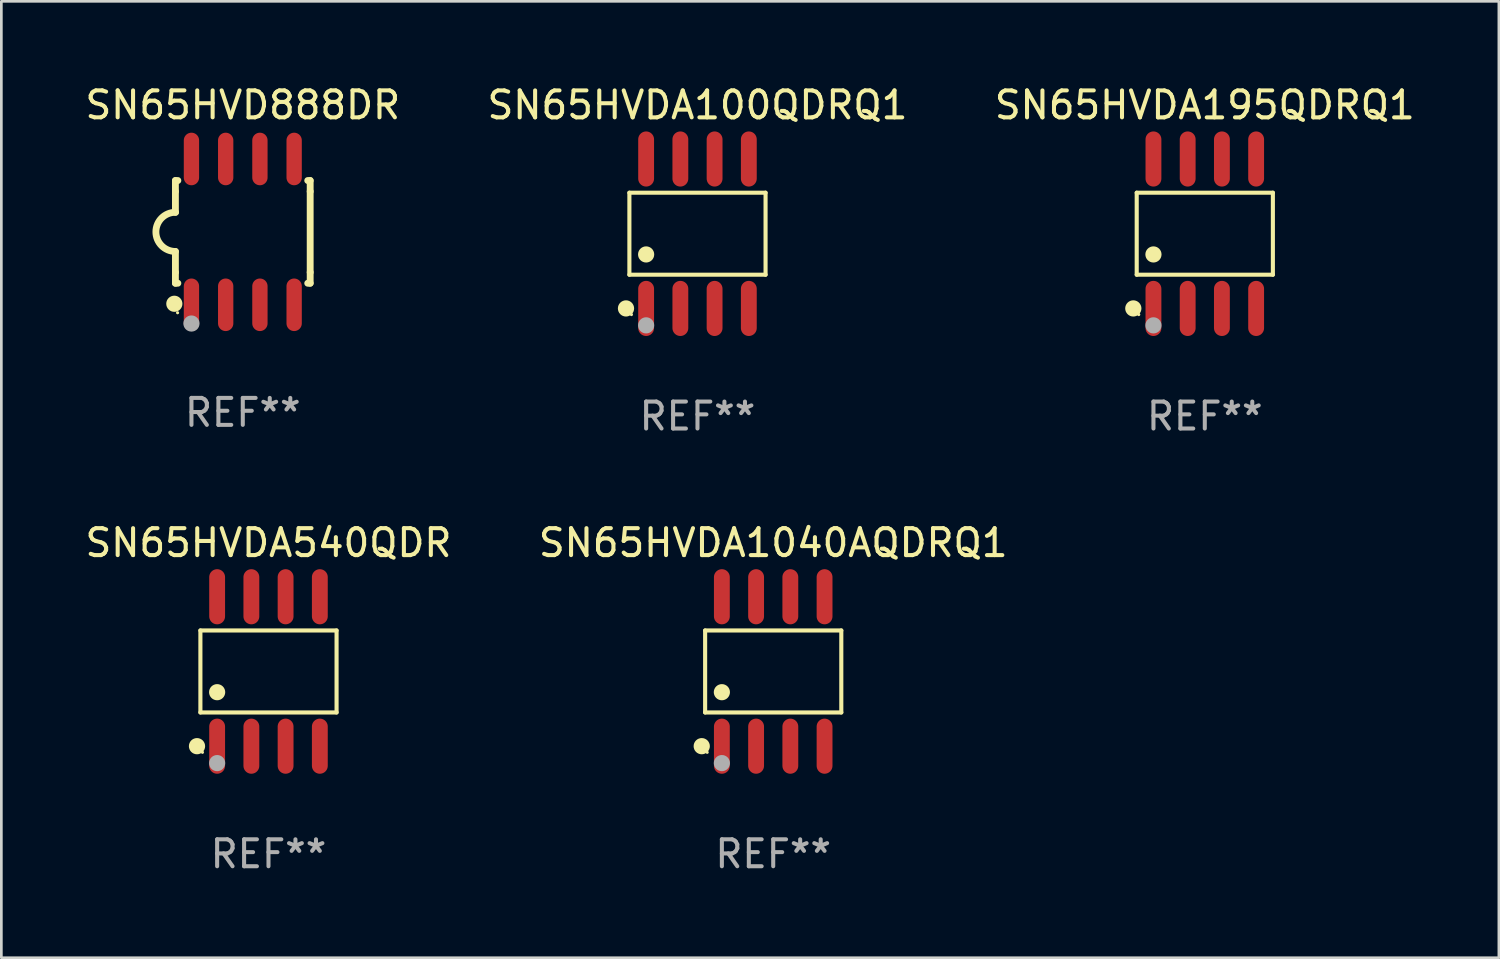
<source format=kicad_pcb>
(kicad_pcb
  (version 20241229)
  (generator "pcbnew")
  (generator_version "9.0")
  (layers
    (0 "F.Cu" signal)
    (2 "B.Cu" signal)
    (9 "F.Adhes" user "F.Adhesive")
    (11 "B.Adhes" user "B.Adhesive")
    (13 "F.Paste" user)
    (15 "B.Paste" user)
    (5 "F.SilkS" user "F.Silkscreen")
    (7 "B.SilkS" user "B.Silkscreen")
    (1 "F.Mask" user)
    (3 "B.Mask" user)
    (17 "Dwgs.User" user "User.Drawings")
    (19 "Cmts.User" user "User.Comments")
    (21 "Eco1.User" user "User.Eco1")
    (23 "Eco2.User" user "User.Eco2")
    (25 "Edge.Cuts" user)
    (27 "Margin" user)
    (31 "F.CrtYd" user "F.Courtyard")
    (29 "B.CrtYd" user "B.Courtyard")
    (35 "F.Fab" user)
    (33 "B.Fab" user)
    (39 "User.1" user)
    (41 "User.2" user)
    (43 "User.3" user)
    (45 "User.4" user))
  (footprint "SN65HVDA195QDRQ1"
    (layer "F.Cu")
    (at 41.649 5.621)
    (property "Reference" "SN65HVDA195QDRQ1" (at 0 -4.772 0) (layer "F.SilkS") (effects (font (size 1 1) (thickness 0.15))))
    (attr through_hole)
    (fp_line (start -2.526 -1.521) (end 2.526 -1.521) (stroke (width 0.152) (type solid)) (layer "F.SilkS"))
    (fp_line (start -2.526 1.521) (end -2.526 -1.521) (stroke (width 0.152) (type solid)) (layer "F.SilkS"))
    (fp_line (start 2.526 -1.521) (end 2.526 1.521) (stroke (width 0.152) (type solid)) (layer "F.SilkS"))
    (fp_line (start 2.526 1.521) (end -2.526 1.521) (stroke (width 0.152) (type solid)) (layer "F.SilkS"))
    (fp_circle (center -2.652 2.772) (end -2.501 2.772) (stroke (width 0.3) (type solid)) (fill no) (layer "F.SilkS"))
    (fp_circle (center -2.45 3) (end -2.42 3) (stroke (width 0.06) (type solid)) (fill no) (layer "F.SilkS"))
    (fp_circle (center -1.905 0.769) (end -1.755 0.769) (stroke (width 0.3) (type solid)) (fill no) (layer "F.SilkS"))
    (fp_circle (center -1.905 3.4) (end -1.755 3.4) (stroke (width 0.3) (type solid)) (fill no) (layer "F.Fab"))
    (fp_text user "REF**" (at 0 6.772 0) (layer "F.Fab") (effects (font (size 1 1) (thickness 0.15))))
    (pad "1" smd oval (at -1.905 2.772) (size 0.588 2.045) (layers "F.Cu" "F.Mask" "F.Paste"))
    (pad "2" smd oval (at -0.635 2.772) (size 0.588 2.045) (layers "F.Cu" "F.Mask" "F.Paste"))
    (pad "3" smd oval (at 0.635 2.772) (size 0.588 2.045) (layers "F.Cu" "F.Mask" "F.Paste"))
    (pad "4" smd oval (at 1.905 2.772) (size 0.588 2.045) (layers "F.Cu" "F.Mask" "F.Paste"))
    (pad "5" smd oval (at 1.905 -2.772) (size 0.588 2.045) (layers "F.Cu" "F.Mask" "F.Paste"))
    (pad "6" smd oval (at 0.635 -2.772) (size 0.588 2.045) (layers "F.Cu" "F.Mask" "F.Paste"))
    (pad "7" smd oval (at -0.635 -2.772) (size 0.588 2.045) (layers "F.Cu" "F.Mask" "F.Paste"))
    (pad "8" smd oval (at -1.905 -2.772) (size 0.588 2.045) (layers "F.Cu" "F.Mask" "F.Paste")))
  (footprint "SN65HVD888DR"
    (layer "F.Cu")
    (at 5.958 5.553)
    (property "Reference" "SN65HVD888DR" (at 0 -4.705 0) (layer "F.SilkS") (effects (font (size 1 1) (thickness 0.15))))
    (attr through_hole)
    (fp_line (start -2.5 -1.905) (end -2.409 -1.905) (stroke (width 0.254) (type solid)) (layer "F.SilkS"))
    (fp_line (start -2.5 -1.5) (end -2.5 -1.905) (stroke (width 0.254) (type solid)) (layer "F.SilkS"))
    (fp_line (start -2.5 -1.5) (end -2.5 -0.726) (stroke (width 0.254) (type solid)) (layer "F.SilkS"))
    (fp_line (start -2.5 1.5) (end -2.5 0.727) (stroke (width 0.254) (type solid)) (layer "F.SilkS"))
    (fp_line (start -2.5 1.5) (end -2.5 1.905) (stroke (width 0.254) (type solid)) (layer "F.SilkS"))
    (fp_line (start -2.5 1.905) (end -2.409 1.905) (stroke (width 0.254) (type solid)) (layer "F.SilkS"))
    (fp_line (start 2.5 -1.905) (end 2.409 -1.905) (stroke (width 0.254) (type solid)) (layer "F.SilkS"))
    (fp_line (start 2.5 -1.5) (end 2.5 -1.905) (stroke (width 0.254) (type solid)) (layer "F.SilkS"))
    (fp_line (start 2.5 -1.5) (end 2.5 1.5) (stroke (width 0.254) (type solid)) (layer "F.SilkS"))
    (fp_line (start 2.5 1.5) (end 2.5 1.905) (stroke (width 0.254) (type solid)) (layer "F.SilkS"))
    (fp_line (start 2.5 1.905) (end 2.409 1.905) (stroke (width 0.254) (type solid)) (layer "F.SilkS"))
    (fp_arc (start -2.5 0.726568) (mid -3.220316 -0.0023) (end -2.495097 -0.726289) (stroke (width 0.254001) (type solid)) (layer "F.SilkS"))
    (fp_circle (center -2.54 2.667) (end -2.39 2.667) (stroke (width 0.3) (type solid)) (fill no) (layer "F.SilkS"))
    (fp_circle (center -2.42 3) (end -2.39 3) (stroke (width 0.06) (type solid)) (fill no) (layer "F.SilkS"))
    (fp_circle (center -1.905 3.4) (end -1.755 3.4) (stroke (width 0.3) (type solid)) (fill no) (layer "F.Fab"))
    (fp_text user "REF**" (at 0 6.705 0) (layer "F.Fab") (effects (font (size 1 1) (thickness 0.15))))
    (pad "1" smd oval (at -1.905 2.705) (size 0.568 1.95) (layers "F.Cu" "F.Mask" "F.Paste"))
    (pad "2" smd oval (at -0.635 2.705) (size 0.568 1.95) (layers "F.Cu" "F.Mask" "F.Paste"))
    (pad "3" smd oval (at 0.635 2.705) (size 0.568 1.95) (layers "F.Cu" "F.Mask" "F.Paste"))
    (pad "4" smd oval (at 1.905 2.705) (size 0.568 1.95) (layers "F.Cu" "F.Mask" "F.Paste"))
    (pad "5" smd oval (at 1.905 -2.705) (size 0.568 1.95) (layers "F.Cu" "F.Mask" "F.Paste"))
    (pad "6" smd oval (at 0.635 -2.705) (size 0.568 1.95) (layers "F.Cu" "F.Mask" "F.Paste"))
    (pad "7" smd oval (at -0.635 -2.705) (size 0.568 1.95) (layers "F.Cu" "F.Mask" "F.Paste"))
    (pad "8" smd oval (at -1.905 -2.705) (size 0.568 1.95) (layers "F.Cu" "F.Mask" "F.Paste")))
  (footprint "SN65HVDA1040AQDRQ1"
    (layer "F.Cu")
    (at 25.637 21.862)
    (property "Reference" "SN65HVDA1040AQDRQ1" (at 0 -4.772 0) (layer "F.SilkS") (effects (font (size 1 1) (thickness 0.15))))
    (attr through_hole)
    (fp_line (start -2.526 -1.521) (end 2.526 -1.521) (stroke (width 0.152) (type solid)) (layer "F.SilkS"))
    (fp_line (start -2.526 1.521) (end -2.526 -1.521) (stroke (width 0.152) (type solid)) (layer "F.SilkS"))
    (fp_line (start 2.526 -1.521) (end 2.526 1.521) (stroke (width 0.152) (type solid)) (layer "F.SilkS"))
    (fp_line (start 2.526 1.521) (end -2.526 1.521) (stroke (width 0.152) (type solid)) (layer "F.SilkS"))
    (fp_circle (center -2.652 2.772) (end -2.501 2.772) (stroke (width 0.3) (type solid)) (fill no) (layer "F.SilkS"))
    (fp_circle (center -2.45 3) (end -2.42 3) (stroke (width 0.06) (type solid)) (fill no) (layer "F.SilkS"))
    (fp_circle (center -1.905 0.769) (end -1.755 0.769) (stroke (width 0.3) (type solid)) (fill no) (layer "F.SilkS"))
    (fp_circle (center -1.905 3.4) (end -1.755 3.4) (stroke (width 0.3) (type solid)) (fill no) (layer "F.Fab"))
    (fp_text user "REF**" (at 0 6.772 0) (layer "F.Fab") (effects (font (size 1 1) (thickness 0.15))))
    (pad "1" smd oval (at -1.905 2.772) (size 0.588 2.045) (layers "F.Cu" "F.Mask" "F.Paste"))
    (pad "2" smd oval (at -0.635 2.772) (size 0.588 2.045) (layers "F.Cu" "F.Mask" "F.Paste"))
    (pad "3" smd oval (at 0.635 2.772) (size 0.588 2.045) (layers "F.Cu" "F.Mask" "F.Paste"))
    (pad "4" smd oval (at 1.905 2.772) (size 0.588 2.045) (layers "F.Cu" "F.Mask" "F.Paste"))
    (pad "5" smd oval (at 1.905 -2.772) (size 0.588 2.045) (layers "F.Cu" "F.Mask" "F.Paste"))
    (pad "6" smd oval (at 0.635 -2.772) (size 0.588 2.045) (layers "F.Cu" "F.Mask" "F.Paste"))
    (pad "7" smd oval (at -0.635 -2.772) (size 0.588 2.045) (layers "F.Cu" "F.Mask" "F.Paste"))
    (pad "8" smd oval (at -1.905 -2.772) (size 0.588 2.045) (layers "F.Cu" "F.Mask" "F.Paste")))
  (footprint "SN65HVDA540QDR"
    (layer "F.Cu")
    (at 6.911 21.862)
    (property "Reference" "SN65HVDA540QDR" (at 0 -4.772 0) (layer "F.SilkS") (effects (font (size 1 1) (thickness 0.15))))
    (attr through_hole)
    (fp_line (start -2.526 -1.521) (end 2.526 -1.521) (stroke (width 0.152) (type solid)) (layer "F.SilkS"))
    (fp_line (start -2.526 1.521) (end -2.526 -1.521) (stroke (width 0.152) (type solid)) (layer "F.SilkS"))
    (fp_line (start 2.526 -1.521) (end 2.526 1.521) (stroke (width 0.152) (type solid)) (layer "F.SilkS"))
    (fp_line (start 2.526 1.521) (end -2.526 1.521) (stroke (width 0.152) (type solid)) (layer "F.SilkS"))
    (fp_circle (center -2.652 2.772) (end -2.501 2.772) (stroke (width 0.3) (type solid)) (fill no) (layer "F.SilkS"))
    (fp_circle (center -2.45 3) (end -2.42 3) (stroke (width 0.06) (type solid)) (fill no) (layer "F.SilkS"))
    (fp_circle (center -1.905 0.769) (end -1.755 0.769) (stroke (width 0.3) (type solid)) (fill no) (layer "F.SilkS"))
    (fp_circle (center -1.905 3.4) (end -1.755 3.4) (stroke (width 0.3) (type solid)) (fill no) (layer "F.Fab"))
    (fp_text user "REF**" (at 0 6.772 0) (layer "F.Fab") (effects (font (size 1 1) (thickness 0.15))))
    (pad "1" smd oval (at -1.905 2.772) (size 0.588 2.045) (layers "F.Cu" "F.Mask" "F.Paste"))
    (pad "2" smd oval (at -0.635 2.772) (size 0.588 2.045) (layers "F.Cu" "F.Mask" "F.Paste"))
    (pad "3" smd oval (at 0.635 2.772) (size 0.588 2.045) (layers "F.Cu" "F.Mask" "F.Paste"))
    (pad "4" smd oval (at 1.905 2.772) (size 0.588 2.045) (layers "F.Cu" "F.Mask" "F.Paste"))
    (pad "5" smd oval (at 1.905 -2.772) (size 0.588 2.045) (layers "F.Cu" "F.Mask" "F.Paste"))
    (pad "6" smd oval (at 0.635 -2.772) (size 0.588 2.045) (layers "F.Cu" "F.Mask" "F.Paste"))
    (pad "7" smd oval (at -0.635 -2.772) (size 0.588 2.045) (layers "F.Cu" "F.Mask" "F.Paste"))
    (pad "8" smd oval (at -1.905 -2.772) (size 0.588 2.045) (layers "F.Cu" "F.Mask" "F.Paste")))
  (footprint "SN65HVDA100QDRQ1"
    (layer "F.Cu")
    (at 22.827 5.621)
    (property "Reference" "SN65HVDA100QDRQ1" (at 0 -4.772 0) (layer "F.SilkS") (effects (font (size 1 1) (thickness 0.15))))
    (attr through_hole)
    (fp_line (start -2.526 -1.521) (end 2.526 -1.521) (stroke (width 0.152) (type solid)) (layer "F.SilkS"))
    (fp_line (start -2.526 1.521) (end -2.526 -1.521) (stroke (width 0.152) (type solid)) (layer "F.SilkS"))
    (fp_line (start 2.526 -1.521) (end 2.526 1.521) (stroke (width 0.152) (type solid)) (layer "F.SilkS"))
    (fp_line (start 2.526 1.521) (end -2.526 1.521) (stroke (width 0.152) (type solid)) (layer "F.SilkS"))
    (fp_circle (center -2.652 2.772) (end -2.501 2.772) (stroke (width 0.3) (type solid)) (fill no) (layer "F.SilkS"))
    (fp_circle (center -2.45 3) (end -2.42 3) (stroke (width 0.06) (type solid)) (fill no) (layer "F.SilkS"))
    (fp_circle (center -1.905 0.769) (end -1.755 0.769) (stroke (width 0.3) (type solid)) (fill no) (layer "F.SilkS"))
    (fp_circle (center -1.905 3.4) (end -1.755 3.4) (stroke (width 0.3) (type solid)) (fill no) (layer "F.Fab"))
    (fp_text user "REF**" (at 0 6.772 0) (layer "F.Fab") (effects (font (size 1 1) (thickness 0.15))))
    (pad "1" smd oval (at -1.905 2.772) (size 0.588 2.045) (layers "F.Cu" "F.Mask" "F.Paste"))
    (pad "2" smd oval (at -0.635 2.772) (size 0.588 2.045) (layers "F.Cu" "F.Mask" "F.Paste"))
    (pad "3" smd oval (at 0.635 2.772) (size 0.588 2.045) (layers "F.Cu" "F.Mask" "F.Paste"))
    (pad "4" smd oval (at 1.905 2.772) (size 0.588 2.045) (layers "F.Cu" "F.Mask" "F.Paste"))
    (pad "5" smd oval (at 1.905 -2.772) (size 0.588 2.045) (layers "F.Cu" "F.Mask" "F.Paste"))
    (pad "6" smd oval (at 0.635 -2.772) (size 0.588 2.045) (layers "F.Cu" "F.Mask" "F.Paste"))
    (pad "7" smd oval (at -0.635 -2.772) (size 0.588 2.045) (layers "F.Cu" "F.Mask" "F.Paste"))
    (pad "8" smd oval (at -1.905 -2.772) (size 0.588 2.045) (layers "F.Cu" "F.Mask" "F.Paste")))
  (gr_rect
    (start -3 -3)
    (end 52.56 32.483)
    (stroke (width 0.1) (type default))
    (fill no)
    (layer "Edge.Cuts")))
</source>
